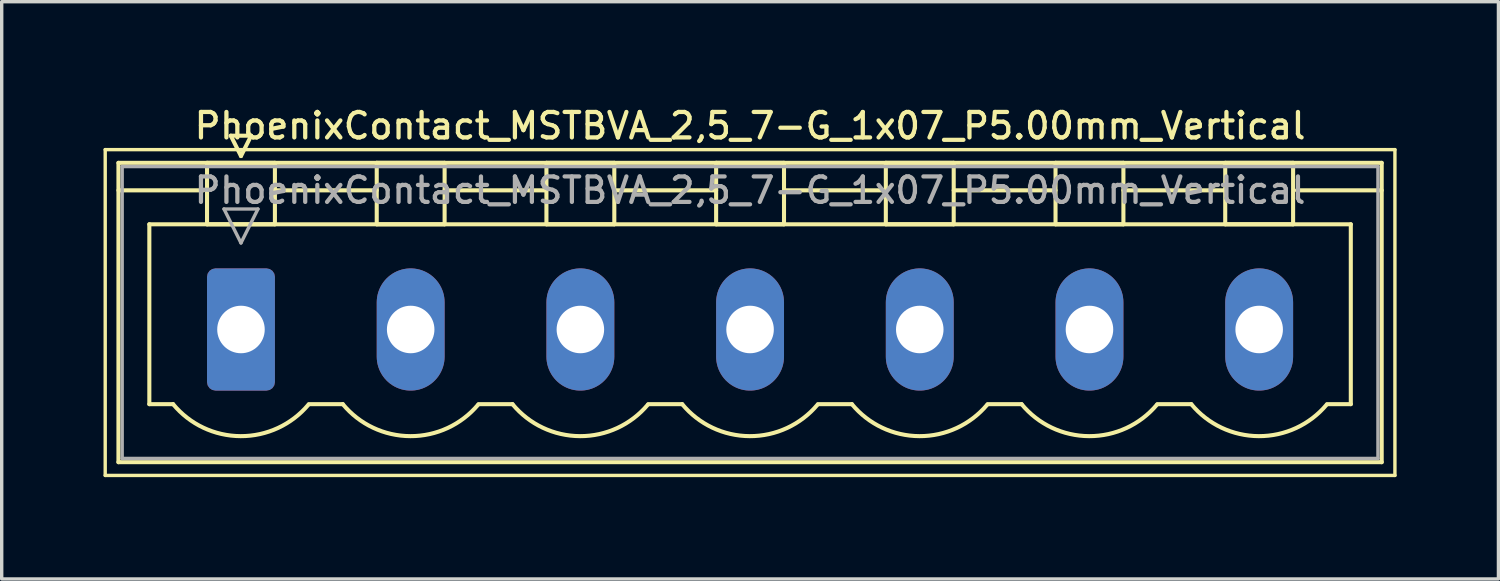
<source format=kicad_pcb>
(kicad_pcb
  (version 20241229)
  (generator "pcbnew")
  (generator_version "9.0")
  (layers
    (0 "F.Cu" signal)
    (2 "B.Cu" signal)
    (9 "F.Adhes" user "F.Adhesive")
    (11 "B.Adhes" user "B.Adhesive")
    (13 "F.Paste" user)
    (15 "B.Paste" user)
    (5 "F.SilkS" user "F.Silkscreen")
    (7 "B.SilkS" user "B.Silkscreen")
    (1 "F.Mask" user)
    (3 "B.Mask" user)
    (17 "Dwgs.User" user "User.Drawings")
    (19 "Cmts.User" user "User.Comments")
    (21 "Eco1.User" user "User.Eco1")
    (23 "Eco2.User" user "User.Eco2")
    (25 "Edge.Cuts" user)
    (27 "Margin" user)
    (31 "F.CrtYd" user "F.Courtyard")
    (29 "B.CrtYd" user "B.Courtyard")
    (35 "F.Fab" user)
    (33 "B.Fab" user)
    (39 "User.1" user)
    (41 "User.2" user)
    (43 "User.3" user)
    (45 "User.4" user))
  (footprint "PhoenixContact_MSTBVA_2,5_7-G_1x07_P5.00mm_Vertical"
    (layer "F.Cu")
    (at 4.05 6.658)
    (property "Reference" "PhoenixContact_MSTBVA_2,5_7-G_1x07_P5.00mm_Vertical" (at 15 -6 0) (layer "F.SilkS") (effects (font (size 0.75 0.75) (thickness 0.125))))
    (attr through_hole)
    (fp_line (start -4 -5.3) (end -4 4.3) (stroke (width 0.1) (type solid)) (layer "F.SilkS"))
    (fp_line (start -4 4.3) (end 34 4.3) (stroke (width 0.1) (type solid)) (layer "F.SilkS"))
    (fp_line (start -3.61 -4.91) (end -3.61 3.91) (stroke (width 0.12) (type solid)) (layer "F.SilkS"))
    (fp_line (start -3.61 -4.1) (end -1.11 -4.1) (stroke (width 0.12) (type solid)) (layer "F.SilkS"))
    (fp_line (start -3.61 3.91) (end 33.61 3.91) (stroke (width 0.12) (type solid)) (layer "F.SilkS"))
    (fp_line (start -2.7 -3.1) (end 32.7 -3.1) (stroke (width 0.12) (type solid)) (layer "F.SilkS"))
    (fp_line (start -2.7 2.2) (end -2.7 -3.1) (stroke (width 0.12) (type solid)) (layer "F.SilkS"))
    (fp_line (start -2 2.2) (end -2.7 2.2) (stroke (width 0.12) (type solid)) (layer "F.SilkS"))
    (fp_line (start -1 -4.91) (end 1 -4.91) (stroke (width 0.12) (type solid)) (layer "F.SilkS"))
    (fp_line (start -1 -3.1) (end -1 -4.91) (stroke (width 0.12) (type solid)) (layer "F.SilkS"))
    (fp_line (start -0.3 -5.71) (end 0.3 -5.71) (stroke (width 0.12) (type solid)) (layer "F.SilkS"))
    (fp_line (start 0 -5.11) (end -0.3 -5.71) (stroke (width 0.12) (type solid)) (layer "F.SilkS"))
    (fp_line (start 0.3 -5.71) (end 0 -5.11) (stroke (width 0.12) (type solid)) (layer "F.SilkS"))
    (fp_line (start 1 -4.91) (end 1 -3.1) (stroke (width 0.12) (type solid)) (layer "F.SilkS"))
    (fp_line (start 1 -4.1) (end 4 -4.1) (stroke (width 0.12) (type solid)) (layer "F.SilkS"))
    (fp_line (start 1 -3.1) (end -1 -3.1) (stroke (width 0.12) (type solid)) (layer "F.SilkS"))
    (fp_line (start 2 2.2) (end 3 2.2) (stroke (width 0.12) (type solid)) (layer "F.SilkS"))
    (fp_line (start 4 -4.91) (end 6 -4.91) (stroke (width 0.12) (type solid)) (layer "F.SilkS"))
    (fp_line (start 4 -3.1) (end 4 -4.91) (stroke (width 0.12) (type solid)) (layer "F.SilkS"))
    (fp_line (start 6 -4.91) (end 6 -3.1) (stroke (width 0.12) (type solid)) (layer "F.SilkS"))
    (fp_line (start 6 -4.1) (end 9 -4.1) (stroke (width 0.12) (type solid)) (layer "F.SilkS"))
    (fp_line (start 6 -3.1) (end 4 -3.1) (stroke (width 0.12) (type solid)) (layer "F.SilkS"))
    (fp_line (start 7 2.2) (end 8 2.2) (stroke (width 0.12) (type solid)) (layer "F.SilkS"))
    (fp_line (start 9 -4.91) (end 11 -4.91) (stroke (width 0.12) (type solid)) (layer "F.SilkS"))
    (fp_line (start 9 -3.1) (end 9 -4.91) (stroke (width 0.12) (type solid)) (layer "F.SilkS"))
    (fp_line (start 11 -4.91) (end 11 -3.1) (stroke (width 0.12) (type solid)) (layer "F.SilkS"))
    (fp_line (start 11 -4.1) (end 14 -4.1) (stroke (width 0.12) (type solid)) (layer "F.SilkS"))
    (fp_line (start 11 -3.1) (end 9 -3.1) (stroke (width 0.12) (type solid)) (layer "F.SilkS"))
    (fp_line (start 12 2.2) (end 13 2.2) (stroke (width 0.12) (type solid)) (layer "F.SilkS"))
    (fp_line (start 14 -4.91) (end 16 -4.91) (stroke (width 0.12) (type solid)) (layer "F.SilkS"))
    (fp_line (start 14 -3.1) (end 14 -4.91) (stroke (width 0.12) (type solid)) (layer "F.SilkS"))
    (fp_line (start 16 -4.91) (end 16 -3.1) (stroke (width 0.12) (type solid)) (layer "F.SilkS"))
    (fp_line (start 16 -4.1) (end 19 -4.1) (stroke (width 0.12) (type solid)) (layer "F.SilkS"))
    (fp_line (start 16 -3.1) (end 14 -3.1) (stroke (width 0.12) (type solid)) (layer "F.SilkS"))
    (fp_line (start 17 2.2) (end 18 2.2) (stroke (width 0.12) (type solid)) (layer "F.SilkS"))
    (fp_line (start 19 -4.91) (end 21 -4.91) (stroke (width 0.12) (type solid)) (layer "F.SilkS"))
    (fp_line (start 19 -3.1) (end 19 -4.91) (stroke (width 0.12) (type solid)) (layer "F.SilkS"))
    (fp_line (start 21 -4.91) (end 21 -3.1) (stroke (width 0.12) (type solid)) (layer "F.SilkS"))
    (fp_line (start 21 -4.1) (end 24 -4.1) (stroke (width 0.12) (type solid)) (layer "F.SilkS"))
    (fp_line (start 21 -3.1) (end 19 -3.1) (stroke (width 0.12) (type solid)) (layer "F.SilkS"))
    (fp_line (start 22 2.2) (end 23 2.2) (stroke (width 0.12) (type solid)) (layer "F.SilkS"))
    (fp_line (start 24 -4.91) (end 26 -4.91) (stroke (width 0.12) (type solid)) (layer "F.SilkS"))
    (fp_line (start 24 -3.1) (end 24 -4.91) (stroke (width 0.12) (type solid)) (layer "F.SilkS"))
    (fp_line (start 26 -4.91) (end 26 -3.1) (stroke (width 0.12) (type solid)) (layer "F.SilkS"))
    (fp_line (start 26 -4.1) (end 29 -4.1) (stroke (width 0.12) (type solid)) (layer "F.SilkS"))
    (fp_line (start 26 -3.1) (end 24 -3.1) (stroke (width 0.12) (type solid)) (layer "F.SilkS"))
    (fp_line (start 27 2.2) (end 28 2.2) (stroke (width 0.12) (type solid)) (layer "F.SilkS"))
    (fp_line (start 29 -4.91) (end 31 -4.91) (stroke (width 0.12) (type solid)) (layer "F.SilkS"))
    (fp_line (start 29 -3.1) (end 29 -4.91) (stroke (width 0.12) (type solid)) (layer "F.SilkS"))
    (fp_line (start 31 -4.91) (end 31 -3.1) (stroke (width 0.12) (type solid)) (layer "F.SilkS"))
    (fp_line (start 31 -3.1) (end 29 -3.1) (stroke (width 0.12) (type solid)) (layer "F.SilkS"))
    (fp_line (start 32.7 -3.1) (end 32.7 2.2) (stroke (width 0.12) (type solid)) (layer "F.SilkS"))
    (fp_line (start 32.7 2.2) (end 32 2.2) (stroke (width 0.12) (type solid)) (layer "F.SilkS"))
    (fp_line (start 33.61 -4.91) (end -3.61 -4.91) (stroke (width 0.12) (type solid)) (layer "F.SilkS"))
    (fp_line (start 33.61 -4.1) (end 31.11 -4.1) (stroke (width 0.12) (type solid)) (layer "F.SilkS"))
    (fp_line (start 33.61 3.91) (end 33.61 -4.91) (stroke (width 0.12) (type solid)) (layer "F.SilkS"))
    (fp_line (start 34 -5.3) (end -4 -5.3) (stroke (width 0.1) (type solid)) (layer "F.SilkS"))
    (fp_line (start 34 4.3) (end 34 -5.3) (stroke (width 0.1) (type solid)) (layer "F.SilkS"))
    (fp_arc (start 1.986842 2.215821) (mid -0.010289 3.142758) (end -2 2.2) (stroke (width 0.12) (type solid)) (layer "F.SilkS"))
    (fp_arc (start 6.986842 2.215821) (mid 4.989711 3.142758) (end 3 2.2) (stroke (width 0.12) (type solid)) (layer "F.SilkS"))
    (fp_arc (start 11.986842 2.215821) (mid 9.989711 3.142758) (end 8 2.2) (stroke (width 0.12) (type solid)) (layer "F.SilkS"))
    (fp_arc (start 16.986842 2.215821) (mid 14.989711 3.142758) (end 13 2.2) (stroke (width 0.12) (type solid)) (layer "F.SilkS"))
    (fp_arc (start 21.986842 2.215821) (mid 19.989711 3.142758) (end 18 2.2) (stroke (width 0.12) (type solid)) (layer "F.SilkS"))
    (fp_arc (start 26.986842 2.215821) (mid 24.989711 3.142758) (end 23 2.2) (stroke (width 0.12) (type solid)) (layer "F.SilkS"))
    (fp_arc (start 31.986842 2.215821) (mid 29.989711 3.142758) (end 28 2.2) (stroke (width 0.12) (type solid)) (layer "F.SilkS"))
    (fp_line (start -3.5 -4.8) (end -3.5 3.8) (stroke (width 0.1) (type solid)) (layer "F.Fab"))
    (fp_line (start -3.5 3.8) (end 33.5 3.8) (stroke (width 0.1) (type solid)) (layer "F.Fab"))
    (fp_line (start -0.5 -3.55) (end 0.5 -3.55) (stroke (width 0.1) (type solid)) (layer "F.Fab"))
    (fp_line (start 0 -2.55) (end -0.5 -3.55) (stroke (width 0.1) (type solid)) (layer "F.Fab"))
    (fp_line (start 0.5 -3.55) (end 0 -2.55) (stroke (width 0.1) (type solid)) (layer "F.Fab"))
    (fp_line (start 33.5 -4.8) (end -3.5 -4.8) (stroke (width 0.1) (type solid)) (layer "F.Fab"))
    (fp_line (start 33.5 3.8) (end 33.5 -4.8) (stroke (width 0.1) (type solid)) (layer "F.Fab"))
    (fp_text user "${REFERENCE}" (at 15 -4.1 0) (layer "F.Fab") (effects (font (size 0.75 0.75) (thickness 0.125))))
    (pad "1" thru_hole roundrect (at 0 0) (size 2 3.6) (drill 1.4) (layers "*.Cu" "*.Mask") (roundrect_rratio 0.125))
    (pad "2" thru_hole oval (at 5 0) (size 2 3.6) (drill 1.4) (layers "*.Cu" "*.Mask"))
    (pad "3" thru_hole oval (at 10 0) (size 2 3.6) (drill 1.4) (layers "*.Cu" "*.Mask"))
    (pad "4" thru_hole oval (at 15 0) (size 2 3.6) (drill 1.4) (layers "*.Cu" "*.Mask"))
    (pad "5" thru_hole oval (at 20 0) (size 2 3.6) (drill 1.4) (layers "*.Cu" "*.Mask"))
    (pad "6" thru_hole oval (at 25 0) (size 2 3.6) (drill 1.4) (layers "*.Cu" "*.Mask"))
    (pad "7" thru_hole oval (at 30 0) (size 2 3.6) (drill 1.4) (layers "*.Cu" "*.Mask")))
  (gr_rect
    (start -3 -3)
    (end 41.1 14.008)
    (stroke (width 0.1) (type default))
    (fill no)
    (layer "Edge.Cuts")))
</source>
